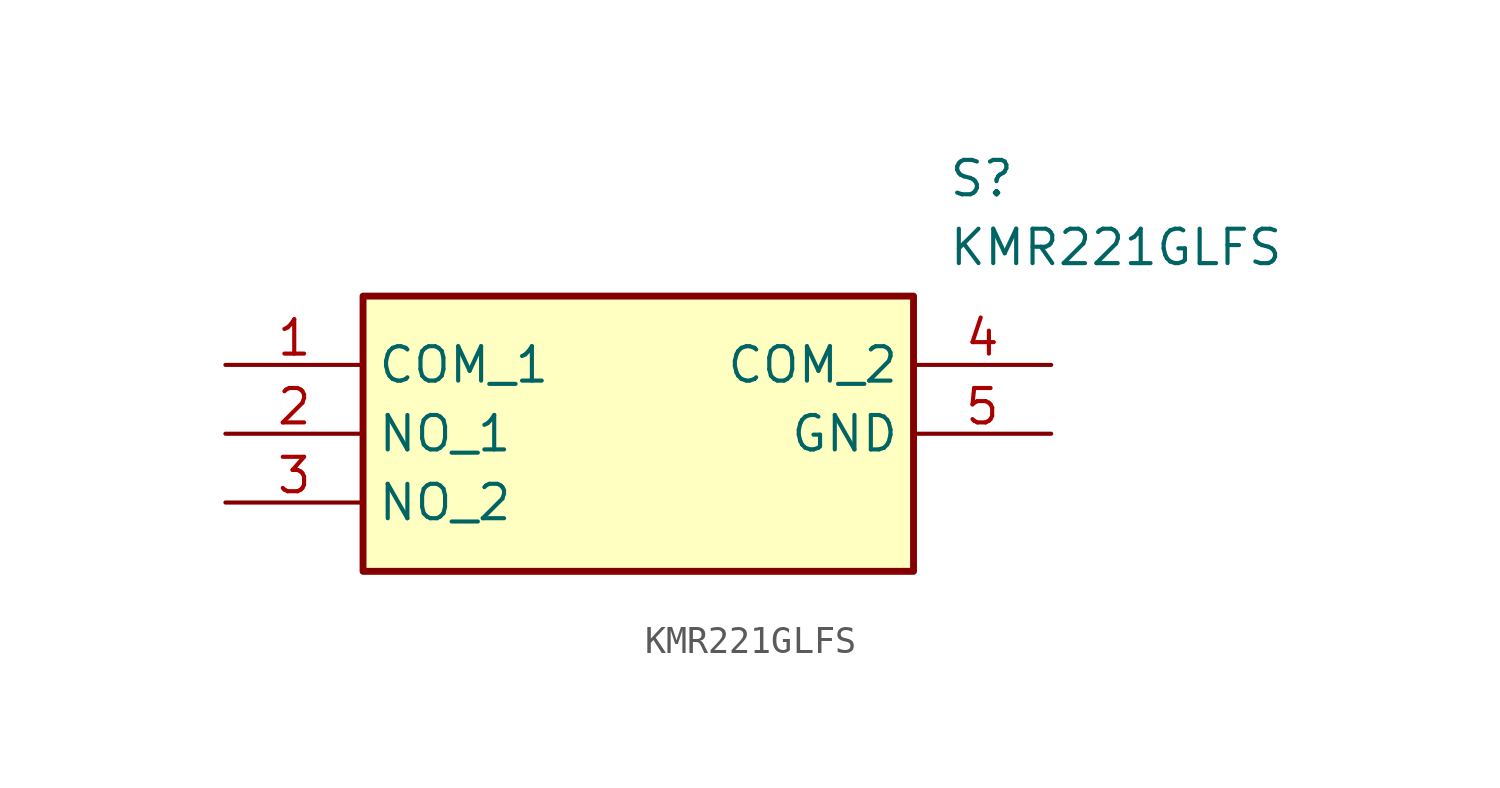
<source format=kicad_sym>
(kicad_symbol_lib
  (version 20211014)
  (generator SamacSys_ECAD_Model)
  (symbol "KMR221GLFS"
    (property "Reference" "S"
      (at 26.67 7.62 0)
      (effects (font (size 1.27 1.27)) (justify left top)))
    (property "Value" "KMR221GLFS"
      (at 26.67 5.08 0)
      (effects (font (size 1.27 1.27)) (justify left top)))
    (rectangle
      (start 5.08 2.54)
      (end 25.4 -7.62)
      (stroke (width 0.254) (type default))
      (fill (type background)))
    (pin passive line
      (at 0 0 0)
      (length 5.08)
      (name "COM_1" (effects (font (size 1.27 1.27))))
      (number "1" (effects (font (size 1.27 1.27)))))
    (pin passive line
      (at 0 -2.54 0)
      (length 5.08)
      (name "NO_1" (effects (font (size 1.27 1.27))))
      (number "2" (effects (font (size 1.27 1.27)))))
    (pin passive line
      (at 0 -5.08 0)
      (length 5.08)
      (name "NO_2" (effects (font (size 1.27 1.27))))
      (number "3" (effects (font (size 1.27 1.27)))))
    (pin passive line
      (at 30.48 0 180)
      (length 5.08)
      (name "COM_2" (effects (font (size 1.27 1.27))))
      (number "4" (effects (font (size 1.27 1.27)))))
    (pin passive line
      (at 30.48 -2.54 180)
      (length 5.08)
      (name "GND" (effects (font (size 1.27 1.27))))
      (number "5" (effects (font (size 1.27 1.27)))))))
</source>
